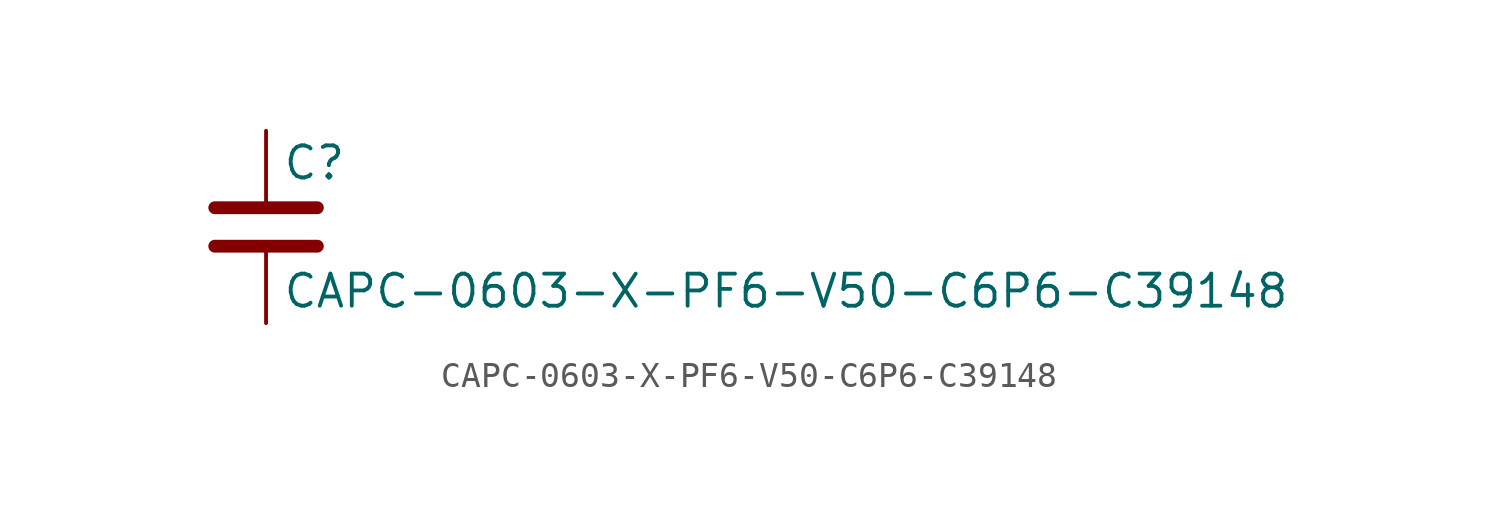
<source format=kicad_sym>
(kicad_symbol_lib
  (version 20211014)
  (generator kicad_symbol_editor)
  (symbol "CAPC-0603-X-PF6-V50-C6P6-C39148"
    (pin_numbers hide)
    (pin_names
      (offset 0.254))
    (property "Reference" "C"
      (at 0.635 2.54 0)
      (effects (font (size 1.27 1.27)) (justify left)))
    (property "Value" "CAPC-0603-X-PF6-V50-C6P6-C39148"
      (at 0.635 -2.54 0)
      (effects (font (size 1.27 1.27)) (justify left)))
    (symbol "CAPC-0603-X-PF6-V50-C6P6-C39148_0_1"
      (polyline (pts (xy -2.032 -0.762) (xy 2.032 -0.762)) (stroke (width 0.508) (type default) (color 0 0 0 0)) (fill (type none)))
      (polyline (pts (xy -2.032 0.762) (xy 2.032 0.762)) (stroke (width 0.508) (type default) (color 0 0 0 0)) (fill (type none))))
    (symbol "CAPC-0603-X-PF6-V50-C6P6-C39148_1_1"
      (pin passive line (at 0 3.81 270) (length 2.794) (name "~" (effects (font (size 1.27 1.27)))) (number "1" (effects (font (size 1.27 1.27)))))
      (pin passive line (at 0 -3.81 90) (length 2.794) (name "~" (effects (font (size 1.27 1.27)))) (number "2" (effects (font (size 1.27 1.27))))))))
</source>
